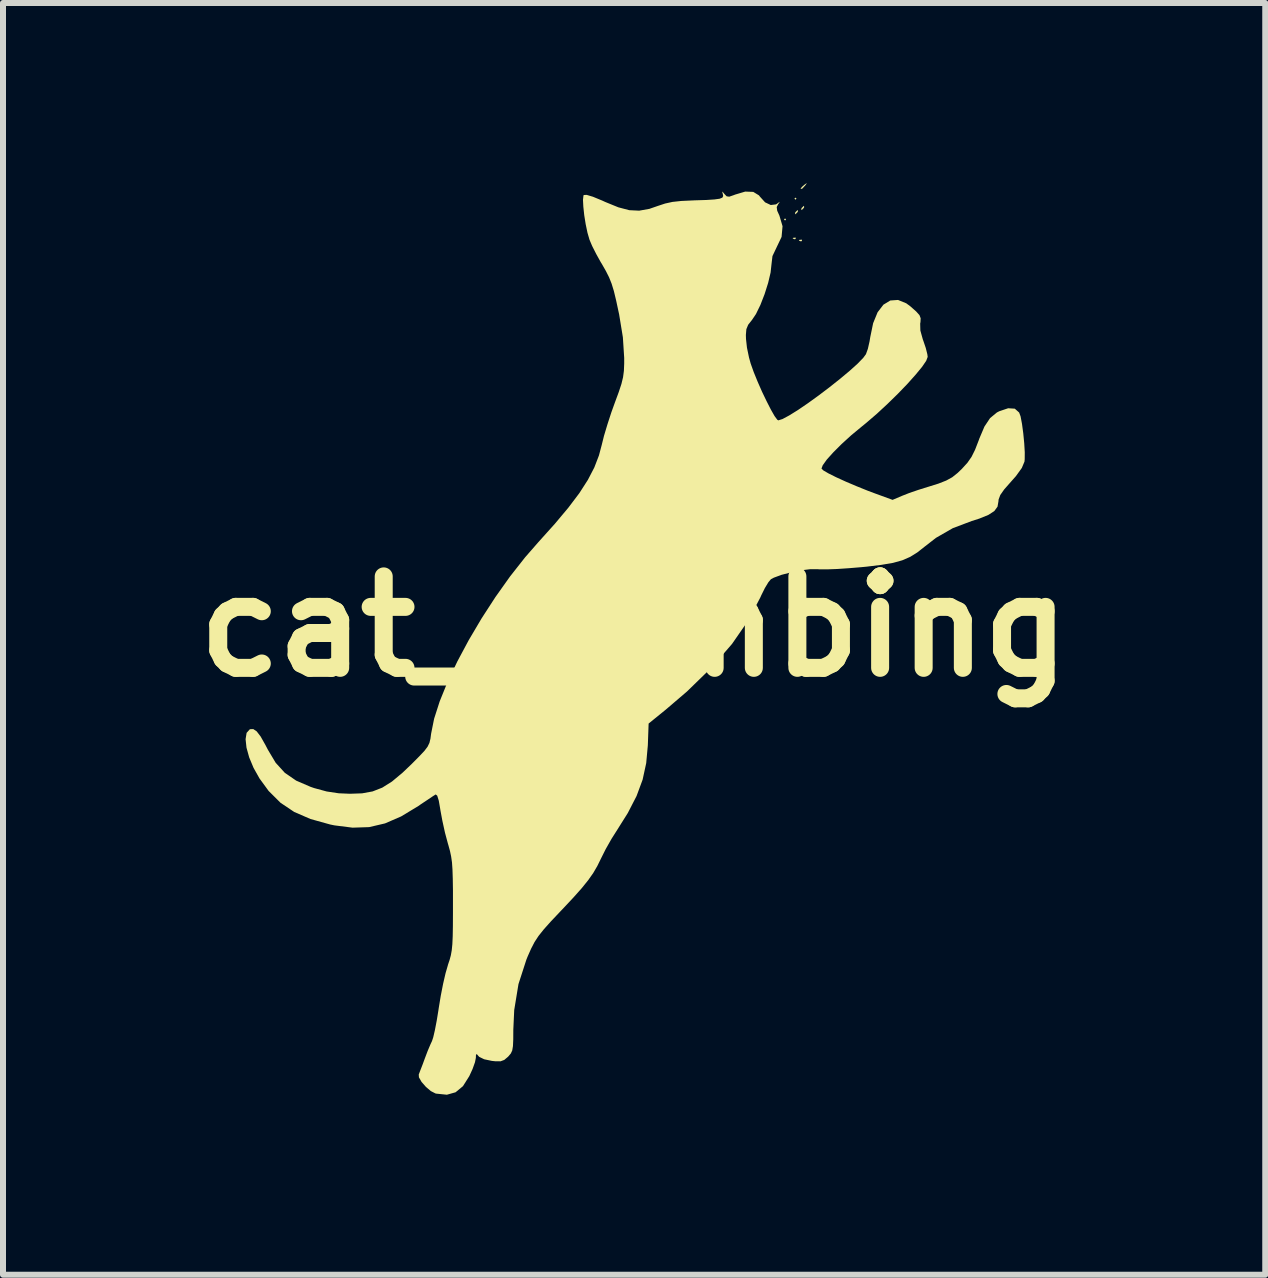
<source format=kicad_pcb>
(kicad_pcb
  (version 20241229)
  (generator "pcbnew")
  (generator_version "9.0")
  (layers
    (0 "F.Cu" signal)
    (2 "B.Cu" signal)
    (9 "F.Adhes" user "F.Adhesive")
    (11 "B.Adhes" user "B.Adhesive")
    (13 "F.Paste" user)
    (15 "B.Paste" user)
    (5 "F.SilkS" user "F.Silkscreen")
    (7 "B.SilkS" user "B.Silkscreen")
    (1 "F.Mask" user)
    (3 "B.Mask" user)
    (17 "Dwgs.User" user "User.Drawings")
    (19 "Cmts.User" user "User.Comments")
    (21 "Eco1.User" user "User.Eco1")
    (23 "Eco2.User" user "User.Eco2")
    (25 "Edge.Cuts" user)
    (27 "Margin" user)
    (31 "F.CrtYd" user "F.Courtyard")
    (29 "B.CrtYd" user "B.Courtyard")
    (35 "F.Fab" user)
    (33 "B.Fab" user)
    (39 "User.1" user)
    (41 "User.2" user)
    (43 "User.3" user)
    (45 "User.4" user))
  (footprint "cat_climbing"
    (layer "F.Cu")
    (at 7.518 7.391)
    (property "Reference" "cat_climbing" (at 0 0 0) (layer "F.SilkS") (effects (font (size 1.524 1.524) (thickness 0.3))))
    (attr board_only exclude_from_pos_files exclude_from_bom)
    (fp_poly (pts (xy 2.533 -6.784) (xy 2.516 -6.766) (xy 2.498 -6.784) (xy 2.516 -6.801)) (stroke (width 0) (type solid)) (fill yes) (layer "F.SilkS"))
    (fp_poly (pts (xy 2.707 -7.131) (xy 2.689 -7.113) (xy 2.672 -7.131) (xy 2.689 -7.148)) (stroke (width 0) (type solid)) (fill yes) (layer "F.SilkS"))
    (fp_poly (pts (xy 2.695 -6.477) (xy 2.69 -6.457) (xy 2.672 -6.454) (xy 2.643 -6.467) (xy 2.649 -6.477) (xy 2.69 -6.481)) (stroke (width 0) (type solid)) (fill yes) (layer "F.SilkS"))
    (fp_poly (pts (xy 2.799 -6.443) (xy 2.794 -6.422) (xy 2.776 -6.419) (xy 2.747 -6.432) (xy 2.753 -6.443) (xy 2.794 -6.447)) (stroke (width 0) (type solid)) (fill yes) (layer "F.SilkS"))
    (fp_poly (pts (xy 2.73 -6.917) (xy 2.724 -6.905) (xy 2.691 -6.872) (xy 2.685 -6.87) (xy 2.683 -6.893) (xy 2.689 -6.905) (xy 2.722 -6.938) (xy 2.728 -6.94)) (stroke (width 0) (type solid)) (fill yes) (layer "F.SilkS"))
    (fp_poly (pts (xy 2.834 -6.987) (xy 2.828 -6.975) (xy 2.795 -6.941) (xy 2.789 -6.94) (xy 2.787 -6.962) (xy 2.793 -6.975) (xy 2.826 -7.008) (xy 2.832 -7.009)) (stroke (width 0) (type solid)) (fill yes) (layer "F.SilkS"))
    (fp_poly (pts (xy 2.869 -7.373) (xy 2.85 -7.348) (xy 2.799 -7.294) (xy 2.777 -7.294) (xy 2.776 -7.3) (xy 2.8 -7.329) (xy 2.837 -7.361) (xy 2.878 -7.391)) (stroke (width 0) (type solid)) (fill yes) (layer "F.SilkS"))
    (fp_poly (pts (xy 1.485 -7.233) (xy 1.506 -7.207) (xy 1.543 -7.169) (xy 1.586 -7.163) (xy 1.661 -7.189) (xy 1.684 -7.198) (xy 1.852 -7.248) (xy 1.986 -7.243) (xy 2.081 -7.185) (xy 2.097 -7.164) (xy 2.183 -7.069) (xy 2.278 -7.024) (xy 2.366 -7.035) (xy 2.385 -7.048) (xy 2.426 -7.078) (xy 2.419 -7.062) (xy 2.401 -7.038) (xy 2.377 -6.99) (xy 2.385 -6.929) (xy 2.422 -6.847) (xy 2.474 -6.671) (xy 2.458 -6.493) (xy 2.378 -6.325) (xy 2.306 -6.173) (xy 2.29 -6.038) (xy 2.275 -5.899) (xy 2.234 -5.726) (xy 2.175 -5.539) (xy 2.105 -5.359) (xy 2.031 -5.207) (xy 1.965 -5.109) (xy 1.901 -5.028) (xy 1.871 -4.955) (xy 1.863 -4.858) (xy 1.865 -4.791) (xy 1.881 -4.647) (xy 1.915 -4.483) (xy 1.943 -4.382) (xy 1.994 -4.239) (xy 2.06 -4.077) (xy 2.133 -3.911) (xy 2.209 -3.753) (xy 2.28 -3.614) (xy 2.341 -3.507) (xy 2.386 -3.446) (xy 2.403 -3.435) (xy 2.473 -3.457) (xy 2.585 -3.517) (xy 2.73 -3.607) (xy 2.897 -3.721) (xy 3.077 -3.851) (xy 3.259 -3.989) (xy 3.435 -4.129) (xy 3.593 -4.261) (xy 3.725 -4.38) (xy 3.819 -4.477) (xy 3.864 -4.538) (xy 3.896 -4.627) (xy 3.924 -4.75) (xy 3.936 -4.823) (xy 3.984 -5.055) (xy 4.058 -5.236) (xy 4.155 -5.363) (xy 4.27 -5.433) (xy 4.399 -5.442) (xy 4.536 -5.386) (xy 4.605 -5.335) (xy 4.702 -5.249) (xy 4.756 -5.189) (xy 4.776 -5.137) (xy 4.773 -5.074) (xy 4.768 -5.048) (xy 4.771 -4.932) (xy 4.812 -4.784) (xy 4.821 -4.76) (xy 4.861 -4.642) (xy 4.887 -4.538) (xy 4.893 -4.493) (xy 4.868 -4.427) (xy 4.798 -4.325) (xy 4.69 -4.194) (xy 4.554 -4.042) (xy 4.396 -3.878) (xy 4.223 -3.709) (xy 4.045 -3.544) (xy 3.868 -3.392) (xy 3.793 -3.331) (xy 3.618 -3.186) (xy 3.458 -3.04) (xy 3.32 -2.902) (xy 3.212 -2.782) (xy 3.144 -2.687) (xy 3.123 -2.632) (xy 3.154 -2.601) (xy 3.238 -2.552) (xy 3.366 -2.488) (xy 3.526 -2.415) (xy 3.707 -2.338) (xy 3.898 -2.261) (xy 4.002 -2.222) (xy 4.308 -2.11) (xy 4.47 -2.179) (xy 4.587 -2.225) (xy 4.739 -2.277) (xy 4.892 -2.325) (xy 4.893 -2.325) (xy 5.072 -2.381) (xy 5.202 -2.432) (xy 5.302 -2.487) (xy 5.391 -2.558) (xy 5.462 -2.626) (xy 5.555 -2.728) (xy 5.624 -2.827) (xy 5.683 -2.946) (xy 5.745 -3.106) (xy 5.754 -3.132) (xy 5.839 -3.332) (xy 5.933 -3.473) (xy 6.047 -3.567) (xy 6.086 -3.587) (xy 6.234 -3.637) (xy 6.345 -3.63) (xy 6.417 -3.566) (xy 6.441 -3.502) (xy 6.465 -3.376) (xy 6.486 -3.219) (xy 6.502 -3.054) (xy 6.511 -2.903) (xy 6.51 -2.786) (xy 6.506 -2.747) (xy 6.462 -2.642) (xy 6.364 -2.506) (xy 6.278 -2.409) (xy 6.168 -2.284) (xy 6.103 -2.191) (xy 6.075 -2.116) (xy 6.072 -2.084) (xy 6.057 -1.997) (xy 6.004 -1.924) (xy 5.906 -1.86) (xy 5.754 -1.798) (xy 5.628 -1.758) (xy 5.311 -1.638) (xy 5.031 -1.477) (xy 4.842 -1.33) (xy 4.72 -1.234) (xy 4.601 -1.16) (xy 4.47 -1.103) (xy 4.315 -1.06) (xy 4.121 -1.027) (xy 3.876 -0.997) (xy 3.782 -0.988) (xy 3.577 -0.971) (xy 3.384 -0.958) (xy 3.219 -0.952) (xy 3.097 -0.952) (xy 3.052 -0.955) (xy 2.937 -0.955) (xy 2.784 -0.936) (xy 2.615 -0.902) (xy 2.455 -0.86) (xy 2.328 -0.813) (xy 2.28 -0.787) (xy 2.238 -0.737) (xy 2.18 -0.641) (xy 2.119 -0.518) (xy 2.105 -0.486) (xy 1.903 -0.1) (xy 1.632 0.291) (xy 1.291 0.685) (xy 0.882 1.083) (xy 0.529 1.385) (xy 0.242 1.618) (xy 0.229 1.98) (xy 0.202 2.277) (xy 0.142 2.553) (xy 0.041 2.826) (xy -0.105 3.109) (xy -0.279 3.386) (xy -0.376 3.539) (xy -0.473 3.71) (xy -0.549 3.862) (xy -0.552 3.868) (xy -0.613 3.992) (xy -0.681 4.109) (xy -0.765 4.228) (xy -0.872 4.361) (xy -1.012 4.518) (xy -1.192 4.71) (xy -1.234 4.754) (xy -1.389 4.918) (xy -1.505 5.048) (xy -1.592 5.157) (xy -1.659 5.259) (xy -1.716 5.369) (xy -1.774 5.5) (xy -1.795 5.552) (xy -1.927 5.96) (xy -1.998 6.393) (xy -2.013 6.72) (xy -2.014 6.883) (xy -2.019 6.994) (xy -2.031 7.066) (xy -2.054 7.116) (xy -2.09 7.159) (xy -2.102 7.172) (xy -2.164 7.224) (xy -2.226 7.247) (xy -2.316 7.246) (xy -2.371 7.24) (xy -2.499 7.213) (xy -2.581 7.173) (xy -2.594 7.159) (xy -2.625 7.124) (xy -2.636 7.147) (xy -2.637 7.188) (xy -2.652 7.263) (xy -2.692 7.375) (xy -2.746 7.493) (xy -2.852 7.661) (xy -2.975 7.763) (xy -3.12 7.804) (xy -3.295 7.786) (xy -3.31 7.783) (xy -3.388 7.743) (xy -3.47 7.673) (xy -3.542 7.591) (xy -3.586 7.514) (xy -3.589 7.467) (xy -3.565 7.404) (xy -3.525 7.301) (xy -3.488 7.2) (xy -3.441 7.076) (xy -3.395 6.967) (xy -3.368 6.909) (xy -3.347 6.845) (xy -3.32 6.728) (xy -3.29 6.572) (xy -3.261 6.395) (xy -3.255 6.354) (xy -3.222 6.154) (xy -3.183 5.955) (xy -3.142 5.778) (xy -3.104 5.647) (xy -3.103 5.641) (xy -3.075 5.558) (xy -3.054 5.48) (xy -3.039 5.396) (xy -3.029 5.295) (xy -3.023 5.165) (xy -3.02 4.995) (xy -3.019 4.772) (xy -3.019 4.65) (xy -3.019 4.397) (xy -3.022 4.202) (xy -3.027 4.051) (xy -3.035 3.933) (xy -3.049 3.835) (xy -3.068 3.744) (xy -3.094 3.649) (xy -3.104 3.615) (xy -3.152 3.436) (xy -3.196 3.235) (xy -3.229 3.057) (xy -3.229 3.054) (xy -3.255 2.904) (xy -3.281 2.82) (xy -3.307 2.799) (xy -3.309 2.801) (xy -3.355 2.83) (xy -3.441 2.888) (xy -3.554 2.963) (xy -3.595 2.992) (xy -3.883 3.166) (xy -4.151 3.282) (xy -4.416 3.344) (xy -4.692 3.353) (xy -4.993 3.315) (xy -5.066 3.3) (xy -5.393 3.209) (xy -5.665 3.091) (xy -5.893 2.938) (xy -6.091 2.741) (xy -6.243 2.533) (xy -6.342 2.357) (xy -6.415 2.182) (xy -6.46 2.019) (xy -6.475 1.878) (xy -6.458 1.773) (xy -6.405 1.714) (xy -6.401 1.712) (xy -6.347 1.71) (xy -6.29 1.748) (xy -6.224 1.834) (xy -6.144 1.976) (xy -6.104 2.053) (xy -5.974 2.271) (xy -5.821 2.439) (xy -5.632 2.569) (xy -5.391 2.673) (xy -5.333 2.693) (xy -5.123 2.75) (xy -4.923 2.78) (xy -4.736 2.788) (xy -4.533 2.781) (xy -4.358 2.749) (xy -4.197 2.686) (xy -4.035 2.584) (xy -3.859 2.437) (xy -3.708 2.293) (xy -3.582 2.166) (xy -3.496 2.075) (xy -3.442 2.004) (xy -3.411 1.94) (xy -3.394 1.87) (xy -3.383 1.787) (xy -3.333 1.538) (xy -3.24 1.248) (xy -3.11 0.927) (xy -2.946 0.583) (xy -2.755 0.226) (xy -2.541 -0.136) (xy -2.31 -0.492) (xy -2.067 -0.834) (xy -1.816 -1.153) (xy -1.596 -1.405) (xy -1.32 -1.712) (xy -1.094 -1.982) (xy -0.912 -2.223) (xy -0.77 -2.444) (xy -0.663 -2.65) (xy -0.586 -2.85) (xy -0.54 -3.023) (xy -0.502 -3.176) (xy -0.445 -3.366) (xy -0.379 -3.569) (xy -0.321 -3.73) (xy -0.255 -3.909) (xy -0.211 -4.043) (xy -0.184 -4.154) (xy -0.17 -4.26) (xy -0.165 -4.383) (xy -0.165 -4.476) (xy -0.187 -4.82) (xy -0.25 -5.205) (xy -0.254 -5.222) (xy -0.299 -5.432) (xy -0.337 -5.59) (xy -0.375 -5.714) (xy -0.417 -5.819) (xy -0.47 -5.924) (xy -0.539 -6.045) (xy -0.556 -6.072) (xy -0.631 -6.207) (xy -0.699 -6.341) (xy -0.743 -6.445) (xy -0.777 -6.562) (xy -0.807 -6.705) (xy -0.831 -6.855) (xy -0.846 -6.996) (xy -0.852 -7.11) (xy -0.844 -7.18) (xy -0.839 -7.191) (xy -0.79 -7.193) (xy -0.686 -7.162) (xy -0.531 -7.098) (xy -0.481 -7.075) (xy -0.263 -6.986) (xy -0.081 -6.938) (xy 0.085 -6.93) (xy 0.254 -6.96) (xy 0.399 -7.01) (xy 0.517 -7.049) (xy 0.64 -7.076) (xy 0.789 -7.092) (xy 0.986 -7.101) (xy 1.006 -7.102) (xy 1.203 -7.108) (xy 1.339 -7.117) (xy 1.426 -7.129) (xy 1.471 -7.147) (xy 1.485 -7.174) (xy 1.478 -7.209) (xy 1.467 -7.249)) (stroke (width 0) (type solid)) (fill yes) (layer "F.SilkS")))
  (gr_rect
    (start -3 -3)
    (end 18.037 18.195)
    (stroke (width 0.1) (type default))
    (fill no)
    (layer "Edge.Cuts")))
</source>
